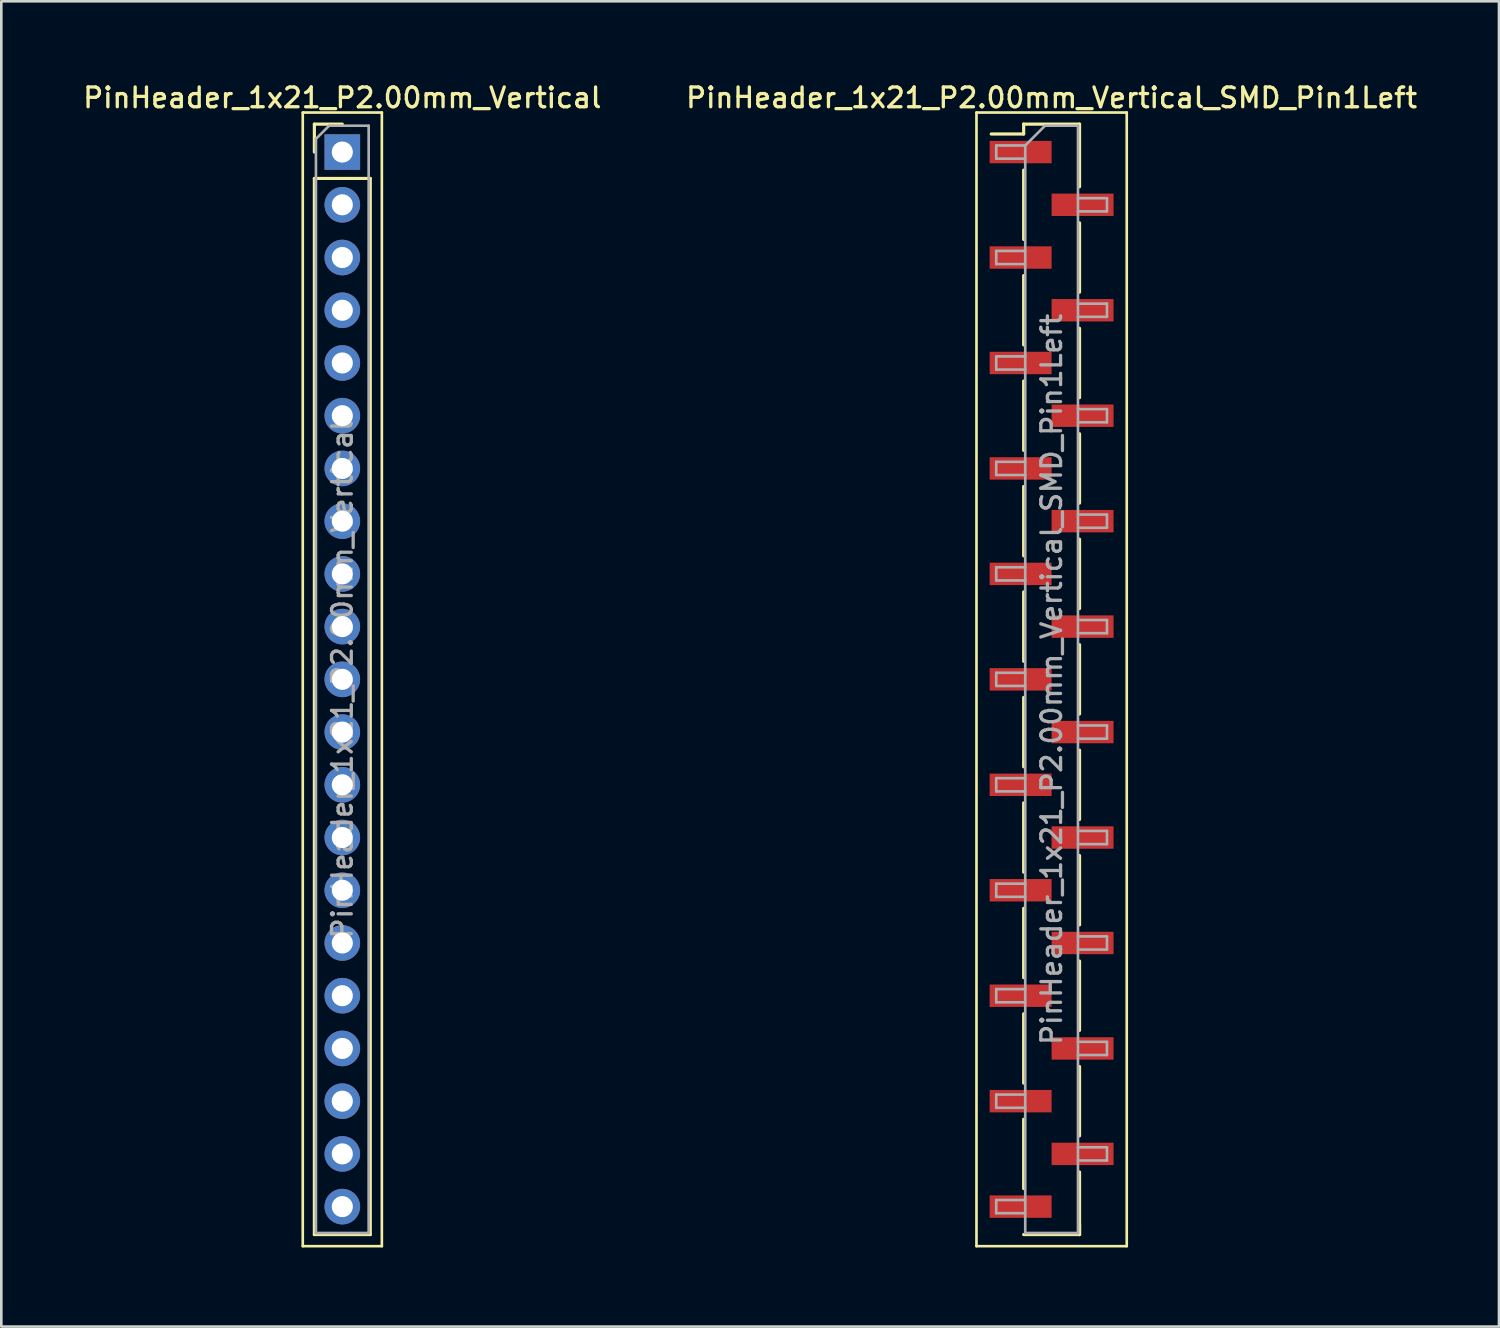
<source format=kicad_pcb>
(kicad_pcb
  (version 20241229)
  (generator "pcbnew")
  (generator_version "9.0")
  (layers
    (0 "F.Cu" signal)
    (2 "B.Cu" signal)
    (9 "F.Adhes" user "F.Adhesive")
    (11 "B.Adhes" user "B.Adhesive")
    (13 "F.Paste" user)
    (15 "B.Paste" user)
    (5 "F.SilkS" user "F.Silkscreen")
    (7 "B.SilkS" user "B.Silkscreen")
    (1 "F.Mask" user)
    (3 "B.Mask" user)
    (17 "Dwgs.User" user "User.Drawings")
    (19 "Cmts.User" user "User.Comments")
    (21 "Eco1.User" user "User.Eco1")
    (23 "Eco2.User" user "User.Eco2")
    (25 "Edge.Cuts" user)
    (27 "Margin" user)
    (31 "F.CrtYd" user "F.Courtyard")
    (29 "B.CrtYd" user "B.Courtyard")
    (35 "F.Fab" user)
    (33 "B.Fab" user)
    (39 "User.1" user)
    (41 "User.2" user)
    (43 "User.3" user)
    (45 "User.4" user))
  (footprint "PinHeader_1x21_P2.00mm_Vertical"
    (layer "F.Cu")
    (at 9.934 2.718)
    (property "Reference" "PinHeader_1x21_P2.00mm_Vertical" (at 0 -2.06 0) (layer "F.SilkS") (effects (font (size 0.75 0.75) (thickness 0.125))))
    (attr through_hole)
    (fp_line (start -1.5 -1.5) (end -1.5 41.5) (stroke (width 0.1) (type solid)) (layer "F.SilkS"))
    (fp_line (start -1.5 41.5) (end 1.5 41.5) (stroke (width 0.1) (type solid)) (layer "F.SilkS"))
    (fp_line (start -1.06 -1.06) (end 0 -1.06) (stroke (width 0.12) (type solid)) (layer "F.SilkS"))
    (fp_line (start -1.06 0) (end -1.06 -1.06) (stroke (width 0.12) (type solid)) (layer "F.SilkS"))
    (fp_line (start -1.06 1) (end -1.06 41.06) (stroke (width 0.12) (type solid)) (layer "F.SilkS"))
    (fp_line (start -1.06 1) (end 1.06 1) (stroke (width 0.12) (type solid)) (layer "F.SilkS"))
    (fp_line (start -1.06 41.06) (end 1.06 41.06) (stroke (width 0.12) (type solid)) (layer "F.SilkS"))
    (fp_line (start 1.06 1) (end 1.06 41.06) (stroke (width 0.12) (type solid)) (layer "F.SilkS"))
    (fp_line (start 1.5 -1.5) (end -1.5 -1.5) (stroke (width 0.1) (type solid)) (layer "F.SilkS"))
    (fp_line (start 1.5 41.5) (end 1.5 -1.5) (stroke (width 0.1) (type solid)) (layer "F.SilkS"))
    (fp_line (start -1 -0.5) (end -0.5 -1) (stroke (width 0.1) (type solid)) (layer "F.Fab"))
    (fp_line (start -1 41) (end -1 -0.5) (stroke (width 0.1) (type solid)) (layer "F.Fab"))
    (fp_line (start -0.5 -1) (end 1 -1) (stroke (width 0.1) (type solid)) (layer "F.Fab"))
    (fp_line (start 1 -1) (end 1 41) (stroke (width 0.1) (type solid)) (layer "F.Fab"))
    (fp_line (start 1 41) (end -1 41) (stroke (width 0.1) (type solid)) (layer "F.Fab"))
    (fp_text user "${REFERENCE}" (at 0 20 90) (layer "F.Fab") (effects (font (size 0.75 0.75) (thickness 0.125))))
    (pad "1" thru_hole rect (at 0 0) (size 1.35 1.35) (drill 0.8) (layers "*.Cu" "*.Mask"))
    (pad "2" thru_hole oval (at 0 2) (size 1.35 1.35) (drill 0.8) (layers "*.Cu" "*.Mask"))
    (pad "3" thru_hole oval (at 0 4) (size 1.35 1.35) (drill 0.8) (layers "*.Cu" "*.Mask"))
    (pad "4" thru_hole oval (at 0 6) (size 1.35 1.35) (drill 0.8) (layers "*.Cu" "*.Mask"))
    (pad "5" thru_hole oval (at 0 8) (size 1.35 1.35) (drill 0.8) (layers "*.Cu" "*.Mask"))
    (pad "6" thru_hole oval (at 0 10) (size 1.35 1.35) (drill 0.8) (layers "*.Cu" "*.Mask"))
    (pad "7" thru_hole oval (at 0 12) (size 1.35 1.35) (drill 0.8) (layers "*.Cu" "*.Mask"))
    (pad "8" thru_hole oval (at 0 14) (size 1.35 1.35) (drill 0.8) (layers "*.Cu" "*.Mask"))
    (pad "9" thru_hole oval (at 0 16) (size 1.35 1.35) (drill 0.8) (layers "*.Cu" "*.Mask"))
    (pad "10" thru_hole oval (at 0 18) (size 1.35 1.35) (drill 0.8) (layers "*.Cu" "*.Mask"))
    (pad "11" thru_hole oval (at 0 20) (size 1.35 1.35) (drill 0.8) (layers "*.Cu" "*.Mask"))
    (pad "12" thru_hole oval (at 0 22) (size 1.35 1.35) (drill 0.8) (layers "*.Cu" "*.Mask"))
    (pad "13" thru_hole oval (at 0 24) (size 1.35 1.35) (drill 0.8) (layers "*.Cu" "*.Mask"))
    (pad "14" thru_hole oval (at 0 26) (size 1.35 1.35) (drill 0.8) (layers "*.Cu" "*.Mask"))
    (pad "15" thru_hole oval (at 0 28) (size 1.35 1.35) (drill 0.8) (layers "*.Cu" "*.Mask"))
    (pad "16" thru_hole oval (at 0 30) (size 1.35 1.35) (drill 0.8) (layers "*.Cu" "*.Mask"))
    (pad "17" thru_hole oval (at 0 32) (size 1.35 1.35) (drill 0.8) (layers "*.Cu" "*.Mask"))
    (pad "18" thru_hole oval (at 0 34) (size 1.35 1.35) (drill 0.8) (layers "*.Cu" "*.Mask"))
    (pad "19" thru_hole oval (at 0 36) (size 1.35 1.35) (drill 0.8) (layers "*.Cu" "*.Mask"))
    (pad "20" thru_hole oval (at 0 38) (size 1.35 1.35) (drill 0.8) (layers "*.Cu" "*.Mask"))
    (pad "21" thru_hole oval (at 0 40) (size 1.35 1.35) (drill 0.8) (layers "*.Cu" "*.Mask")))
  (footprint "PinHeader_1x21_P2.00mm_Vertical_SMD_Pin1Left"
    (layer "F.Cu")
    (at 36.838 22.718)
    (property "Reference" "PinHeader_1x21_P2.00mm_Vertical_SMD_Pin1Left" (at 0 -22.06 0) (layer "F.SilkS") (effects (font (size 0.75 0.75) (thickness 0.125))))
    (attr smd)
    (fp_line (start -2.85 -21.5) (end -2.85 21.5) (stroke (width 0.1) (type solid)) (layer "F.SilkS"))
    (fp_line (start -2.85 21.5) (end 2.85 21.5) (stroke (width 0.1) (type solid)) (layer "F.SilkS"))
    (fp_line (start -1.06 -21.06) (end -1.06 -20.685) (stroke (width 0.12) (type solid)) (layer "F.SilkS"))
    (fp_line (start -1.06 -21.06) (end 1.06 -21.06) (stroke (width 0.12) (type solid)) (layer "F.SilkS"))
    (fp_line (start -1.06 -20.685) (end -2.29 -20.685) (stroke (width 0.12) (type solid)) (layer "F.SilkS"))
    (fp_line (start -1.06 -19.315) (end -1.06 -16.685) (stroke (width 0.12) (type solid)) (layer "F.SilkS"))
    (fp_line (start -1.06 -15.315) (end -1.06 -12.685) (stroke (width 0.12) (type solid)) (layer "F.SilkS"))
    (fp_line (start -1.06 -11.315) (end -1.06 -8.685) (stroke (width 0.12) (type solid)) (layer "F.SilkS"))
    (fp_line (start -1.06 -7.315) (end -1.06 -4.685) (stroke (width 0.12) (type solid)) (layer "F.SilkS"))
    (fp_line (start -1.06 -3.315) (end -1.06 -0.685) (stroke (width 0.12) (type solid)) (layer "F.SilkS"))
    (fp_line (start -1.06 0.685) (end -1.06 3.315) (stroke (width 0.12) (type solid)) (layer "F.SilkS"))
    (fp_line (start -1.06 4.685) (end -1.06 7.315) (stroke (width 0.12) (type solid)) (layer "F.SilkS"))
    (fp_line (start -1.06 8.685) (end -1.06 11.315) (stroke (width 0.12) (type solid)) (layer "F.SilkS"))
    (fp_line (start -1.06 12.685) (end -1.06 15.315) (stroke (width 0.12) (type solid)) (layer "F.SilkS"))
    (fp_line (start -1.06 16.685) (end -1.06 19.315) (stroke (width 0.12) (type solid)) (layer "F.SilkS"))
    (fp_line (start -1.06 21.06) (end 1.06 21.06) (stroke (width 0.12) (type solid)) (layer "F.SilkS"))
    (fp_line (start 1.06 -21.06) (end 1.06 -18.685) (stroke (width 0.12) (type solid)) (layer "F.SilkS"))
    (fp_line (start 1.06 -17.315) (end 1.06 -14.685) (stroke (width 0.12) (type solid)) (layer "F.SilkS"))
    (fp_line (start 1.06 -13.315) (end 1.06 -10.685) (stroke (width 0.12) (type solid)) (layer "F.SilkS"))
    (fp_line (start 1.06 -9.315) (end 1.06 -6.685) (stroke (width 0.12) (type solid)) (layer "F.SilkS"))
    (fp_line (start 1.06 -5.315) (end 1.06 -2.685) (stroke (width 0.12) (type solid)) (layer "F.SilkS"))
    (fp_line (start 1.06 -1.315) (end 1.06 1.315) (stroke (width 0.12) (type solid)) (layer "F.SilkS"))
    (fp_line (start 1.06 2.685) (end 1.06 5.315) (stroke (width 0.12) (type solid)) (layer "F.SilkS"))
    (fp_line (start 1.06 6.685) (end 1.06 9.315) (stroke (width 0.12) (type solid)) (layer "F.SilkS"))
    (fp_line (start 1.06 10.685) (end 1.06 13.315) (stroke (width 0.12) (type solid)) (layer "F.SilkS"))
    (fp_line (start 1.06 14.685) (end 1.06 17.315) (stroke (width 0.12) (type solid)) (layer "F.SilkS"))
    (fp_line (start 1.06 18.685) (end 1.06 21.06) (stroke (width 0.12) (type solid)) (layer "F.SilkS"))
    (fp_line (start 1.06 20.685) (end 1.06 21.06) (stroke (width 0.12) (type solid)) (layer "F.SilkS"))
    (fp_line (start 2.85 -21.5) (end -2.85 -21.5) (stroke (width 0.1) (type solid)) (layer "F.SilkS"))
    (fp_line (start 2.85 21.5) (end 2.85 -21.5) (stroke (width 0.1) (type solid)) (layer "F.SilkS"))
    (fp_line (start -2.1 -20.25) (end -2.1 -19.75) (stroke (width 0.1) (type solid)) (layer "F.Fab"))
    (fp_line (start -2.1 -19.75) (end -1 -19.75) (stroke (width 0.1) (type solid)) (layer "F.Fab"))
    (fp_line (start -2.1 -16.25) (end -2.1 -15.75) (stroke (width 0.1) (type solid)) (layer "F.Fab"))
    (fp_line (start -2.1 -15.75) (end -1 -15.75) (stroke (width 0.1) (type solid)) (layer "F.Fab"))
    (fp_line (start -2.1 -12.25) (end -2.1 -11.75) (stroke (width 0.1) (type solid)) (layer "F.Fab"))
    (fp_line (start -2.1 -11.75) (end -1 -11.75) (stroke (width 0.1) (type solid)) (layer "F.Fab"))
    (fp_line (start -2.1 -8.25) (end -2.1 -7.75) (stroke (width 0.1) (type solid)) (layer "F.Fab"))
    (fp_line (start -2.1 -7.75) (end -1 -7.75) (stroke (width 0.1) (type solid)) (layer "F.Fab"))
    (fp_line (start -2.1 -4.25) (end -2.1 -3.75) (stroke (width 0.1) (type solid)) (layer "F.Fab"))
    (fp_line (start -2.1 -3.75) (end -1 -3.75) (stroke (width 0.1) (type solid)) (layer "F.Fab"))
    (fp_line (start -2.1 -0.25) (end -2.1 0.25) (stroke (width 0.1) (type solid)) (layer "F.Fab"))
    (fp_line (start -2.1 0.25) (end -1 0.25) (stroke (width 0.1) (type solid)) (layer "F.Fab"))
    (fp_line (start -2.1 3.75) (end -2.1 4.25) (stroke (width 0.1) (type solid)) (layer "F.Fab"))
    (fp_line (start -2.1 4.25) (end -1 4.25) (stroke (width 0.1) (type solid)) (layer "F.Fab"))
    (fp_line (start -2.1 7.75) (end -2.1 8.25) (stroke (width 0.1) (type solid)) (layer "F.Fab"))
    (fp_line (start -2.1 8.25) (end -1 8.25) (stroke (width 0.1) (type solid)) (layer "F.Fab"))
    (fp_line (start -2.1 11.75) (end -2.1 12.25) (stroke (width 0.1) (type solid)) (layer "F.Fab"))
    (fp_line (start -2.1 12.25) (end -1 12.25) (stroke (width 0.1) (type solid)) (layer "F.Fab"))
    (fp_line (start -2.1 15.75) (end -2.1 16.25) (stroke (width 0.1) (type solid)) (layer "F.Fab"))
    (fp_line (start -2.1 16.25) (end -1 16.25) (stroke (width 0.1) (type solid)) (layer "F.Fab"))
    (fp_line (start -2.1 19.75) (end -2.1 20.25) (stroke (width 0.1) (type solid)) (layer "F.Fab"))
    (fp_line (start -2.1 20.25) (end -1 20.25) (stroke (width 0.1) (type solid)) (layer "F.Fab"))
    (fp_line (start -1 -20.25) (end -2.1 -20.25) (stroke (width 0.1) (type solid)) (layer "F.Fab"))
    (fp_line (start -1 -20.25) (end -0.25 -21) (stroke (width 0.1) (type solid)) (layer "F.Fab"))
    (fp_line (start -1 -16.25) (end -2.1 -16.25) (stroke (width 0.1) (type solid)) (layer "F.Fab"))
    (fp_line (start -1 -12.25) (end -2.1 -12.25) (stroke (width 0.1) (type solid)) (layer "F.Fab"))
    (fp_line (start -1 -8.25) (end -2.1 -8.25) (stroke (width 0.1) (type solid)) (layer "F.Fab"))
    (fp_line (start -1 -4.25) (end -2.1 -4.25) (stroke (width 0.1) (type solid)) (layer "F.Fab"))
    (fp_line (start -1 -0.25) (end -2.1 -0.25) (stroke (width 0.1) (type solid)) (layer "F.Fab"))
    (fp_line (start -1 3.75) (end -2.1 3.75) (stroke (width 0.1) (type solid)) (layer "F.Fab"))
    (fp_line (start -1 7.75) (end -2.1 7.75) (stroke (width 0.1) (type solid)) (layer "F.Fab"))
    (fp_line (start -1 11.75) (end -2.1 11.75) (stroke (width 0.1) (type solid)) (layer "F.Fab"))
    (fp_line (start -1 15.75) (end -2.1 15.75) (stroke (width 0.1) (type solid)) (layer "F.Fab"))
    (fp_line (start -1 19.75) (end -2.1 19.75) (stroke (width 0.1) (type solid)) (layer "F.Fab"))
    (fp_line (start -1 21) (end -1 -20.25) (stroke (width 0.1) (type solid)) (layer "F.Fab"))
    (fp_line (start -0.25 -21) (end 1 -21) (stroke (width 0.1) (type solid)) (layer "F.Fab"))
    (fp_line (start 1 -21) (end 1 21) (stroke (width 0.1) (type solid)) (layer "F.Fab"))
    (fp_line (start 1 -18.25) (end 2.1 -18.25) (stroke (width 0.1) (type solid)) (layer "F.Fab"))
    (fp_line (start 1 -14.25) (end 2.1 -14.25) (stroke (width 0.1) (type solid)) (layer "F.Fab"))
    (fp_line (start 1 -10.25) (end 2.1 -10.25) (stroke (width 0.1) (type solid)) (layer "F.Fab"))
    (fp_line (start 1 -6.25) (end 2.1 -6.25) (stroke (width 0.1) (type solid)) (layer "F.Fab"))
    (fp_line (start 1 -2.25) (end 2.1 -2.25) (stroke (width 0.1) (type solid)) (layer "F.Fab"))
    (fp_line (start 1 1.75) (end 2.1 1.75) (stroke (width 0.1) (type solid)) (layer "F.Fab"))
    (fp_line (start 1 5.75) (end 2.1 5.75) (stroke (width 0.1) (type solid)) (layer "F.Fab"))
    (fp_line (start 1 9.75) (end 2.1 9.75) (stroke (width 0.1) (type solid)) (layer "F.Fab"))
    (fp_line (start 1 13.75) (end 2.1 13.75) (stroke (width 0.1) (type solid)) (layer "F.Fab"))
    (fp_line (start 1 17.75) (end 2.1 17.75) (stroke (width 0.1) (type solid)) (layer "F.Fab"))
    (fp_line (start 1 21) (end -1 21) (stroke (width 0.1) (type solid)) (layer "F.Fab"))
    (fp_line (start 2.1 -18.25) (end 2.1 -17.75) (stroke (width 0.1) (type solid)) (layer "F.Fab"))
    (fp_line (start 2.1 -17.75) (end 1 -17.75) (stroke (width 0.1) (type solid)) (layer "F.Fab"))
    (fp_line (start 2.1 -14.25) (end 2.1 -13.75) (stroke (width 0.1) (type solid)) (layer "F.Fab"))
    (fp_line (start 2.1 -13.75) (end 1 -13.75) (stroke (width 0.1) (type solid)) (layer "F.Fab"))
    (fp_line (start 2.1 -10.25) (end 2.1 -9.75) (stroke (width 0.1) (type solid)) (layer "F.Fab"))
    (fp_line (start 2.1 -9.75) (end 1 -9.75) (stroke (width 0.1) (type solid)) (layer "F.Fab"))
    (fp_line (start 2.1 -6.25) (end 2.1 -5.75) (stroke (width 0.1) (type solid)) (layer "F.Fab"))
    (fp_line (start 2.1 -5.75) (end 1 -5.75) (stroke (width 0.1) (type solid)) (layer "F.Fab"))
    (fp_line (start 2.1 -2.25) (end 2.1 -1.75) (stroke (width 0.1) (type solid)) (layer "F.Fab"))
    (fp_line (start 2.1 -1.75) (end 1 -1.75) (stroke (width 0.1) (type solid)) (layer "F.Fab"))
    (fp_line (start 2.1 1.75) (end 2.1 2.25) (stroke (width 0.1) (type solid)) (layer "F.Fab"))
    (fp_line (start 2.1 2.25) (end 1 2.25) (stroke (width 0.1) (type solid)) (layer "F.Fab"))
    (fp_line (start 2.1 5.75) (end 2.1 6.25) (stroke (width 0.1) (type solid)) (layer "F.Fab"))
    (fp_line (start 2.1 6.25) (end 1 6.25) (stroke (width 0.1) (type solid)) (layer "F.Fab"))
    (fp_line (start 2.1 9.75) (end 2.1 10.25) (stroke (width 0.1) (type solid)) (layer "F.Fab"))
    (fp_line (start 2.1 10.25) (end 1 10.25) (stroke (width 0.1) (type solid)) (layer "F.Fab"))
    (fp_line (start 2.1 13.75) (end 2.1 14.25) (stroke (width 0.1) (type solid)) (layer "F.Fab"))
    (fp_line (start 2.1 14.25) (end 1 14.25) (stroke (width 0.1) (type solid)) (layer "F.Fab"))
    (fp_line (start 2.1 17.75) (end 2.1 18.25) (stroke (width 0.1) (type solid)) (layer "F.Fab"))
    (fp_line (start 2.1 18.25) (end 1 18.25) (stroke (width 0.1) (type solid)) (layer "F.Fab"))
    (fp_text user "${REFERENCE}" (at 0 0 90) (layer "F.Fab") (effects (font (size 0.75 0.75) (thickness 0.125))))
    (pad "1" smd rect (at -1.175 -20) (size 2.35 0.85) (layers "F.Cu" "F.Mask" "F.Paste"))
    (pad "2" smd rect (at 1.175 -18) (size 2.35 0.85) (layers "F.Cu" "F.Mask" "F.Paste"))
    (pad "3" smd rect (at -1.175 -16) (size 2.35 0.85) (layers "F.Cu" "F.Mask" "F.Paste"))
    (pad "4" smd rect (at 1.175 -14) (size 2.35 0.85) (layers "F.Cu" "F.Mask" "F.Paste"))
    (pad "5" smd rect (at -1.175 -12) (size 2.35 0.85) (layers "F.Cu" "F.Mask" "F.Paste"))
    (pad "6" smd rect (at 1.175 -10) (size 2.35 0.85) (layers "F.Cu" "F.Mask" "F.Paste"))
    (pad "7" smd rect (at -1.175 -8) (size 2.35 0.85) (layers "F.Cu" "F.Mask" "F.Paste"))
    (pad "8" smd rect (at 1.175 -6) (size 2.35 0.85) (layers "F.Cu" "F.Mask" "F.Paste"))
    (pad "9" smd rect (at -1.175 -4) (size 2.35 0.85) (layers "F.Cu" "F.Mask" "F.Paste"))
    (pad "10" smd rect (at 1.175 -2) (size 2.35 0.85) (layers "F.Cu" "F.Mask" "F.Paste"))
    (pad "11" smd rect (at -1.175 0) (size 2.35 0.85) (layers "F.Cu" "F.Mask" "F.Paste"))
    (pad "12" smd rect (at 1.175 2) (size 2.35 0.85) (layers "F.Cu" "F.Mask" "F.Paste"))
    (pad "13" smd rect (at -1.175 4) (size 2.35 0.85) (layers "F.Cu" "F.Mask" "F.Paste"))
    (pad "14" smd rect (at 1.175 6) (size 2.35 0.85) (layers "F.Cu" "F.Mask" "F.Paste"))
    (pad "15" smd rect (at -1.175 8) (size 2.35 0.85) (layers "F.Cu" "F.Mask" "F.Paste"))
    (pad "16" smd rect (at 1.175 10) (size 2.35 0.85) (layers "F.Cu" "F.Mask" "F.Paste"))
    (pad "17" smd rect (at -1.175 12) (size 2.35 0.85) (layers "F.Cu" "F.Mask" "F.Paste"))
    (pad "18" smd rect (at 1.175 14) (size 2.35 0.85) (layers "F.Cu" "F.Mask" "F.Paste"))
    (pad "19" smd rect (at -1.175 16) (size 2.35 0.85) (layers "F.Cu" "F.Mask" "F.Paste"))
    (pad "20" smd rect (at 1.175 18) (size 2.35 0.85) (layers "F.Cu" "F.Mask" "F.Paste"))
    (pad "21" smd rect (at -1.175 20) (size 2.35 0.85) (layers "F.Cu" "F.Mask" "F.Paste")))
  (gr_rect
    (start -3 -3)
    (end 53.807 47.268)
    (stroke (width 0.1) (type default))
    (fill no)
    (layer "Edge.Cuts")))
</source>
